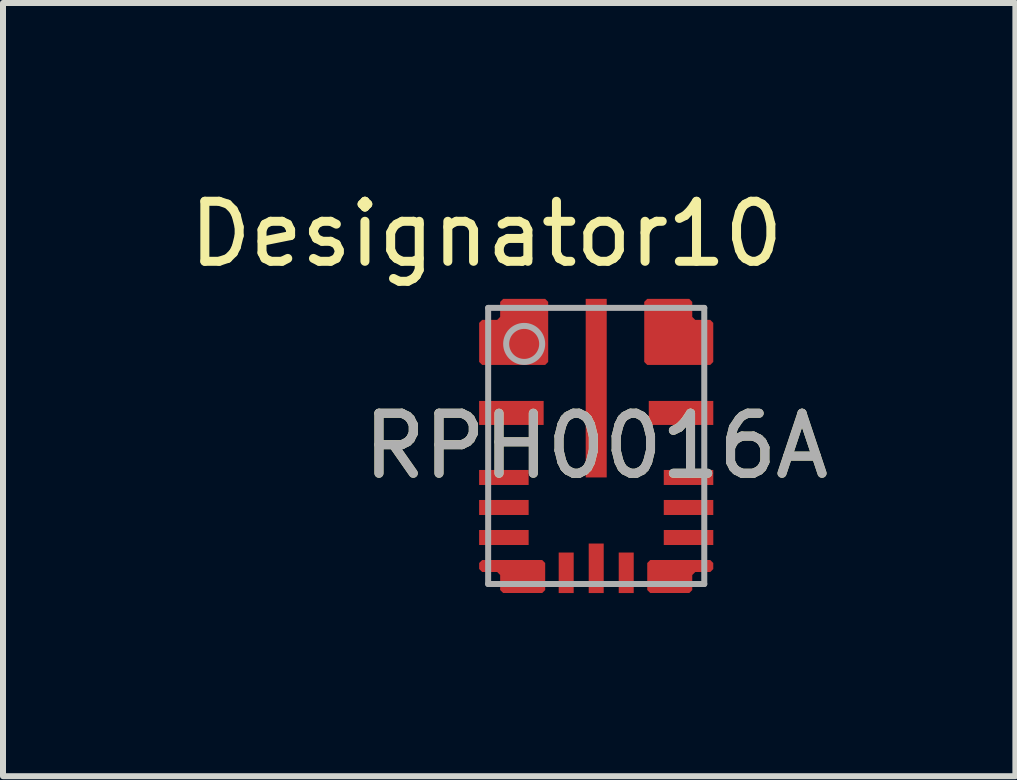
<source format=kicad_pcb>
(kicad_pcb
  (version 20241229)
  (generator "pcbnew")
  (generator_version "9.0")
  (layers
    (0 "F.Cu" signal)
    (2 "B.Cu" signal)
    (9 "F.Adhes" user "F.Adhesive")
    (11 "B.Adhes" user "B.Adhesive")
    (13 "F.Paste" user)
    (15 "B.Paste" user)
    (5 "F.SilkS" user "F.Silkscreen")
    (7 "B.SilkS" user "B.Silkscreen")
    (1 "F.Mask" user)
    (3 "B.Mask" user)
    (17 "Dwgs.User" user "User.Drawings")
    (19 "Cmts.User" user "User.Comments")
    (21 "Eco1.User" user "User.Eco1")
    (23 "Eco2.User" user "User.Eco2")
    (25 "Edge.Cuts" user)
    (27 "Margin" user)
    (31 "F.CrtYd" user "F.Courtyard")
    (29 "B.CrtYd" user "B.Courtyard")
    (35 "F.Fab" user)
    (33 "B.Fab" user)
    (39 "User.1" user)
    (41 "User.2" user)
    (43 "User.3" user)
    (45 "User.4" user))
  (footprint "RPH0016A"
    (layer "F.Cu")
    (at 6.882 4.379)
    (property "Reference" "RPH0016A" (at 0 0 0) (unlocked yes) (layer "F.SilkS") (effects (font (size 1 1) (thickness 0.15))))
    (attr smd)
    (fp_poly (pts (xy -1.95 -1.4) (xy -1.95 -2.05) (xy -1.9 -2.1) (xy -1.65 -2.1) (xy -1.6 -2.15) (xy -1.6 -2.4) (xy -1.55 -2.45) (xy -0.85 -2.45) (xy -0.8 -2.4) (xy -0.8 -1.4) (xy -0.85 -1.35) (xy -1.9 -1.35)) (stroke (width 0) (type solid)) (fill yes) (layer "F.Cu"))
    (fp_poly (pts (xy -1.95 2.05) (xy -1.9 2.1) (xy -1.65 2.1) (xy -1.6 2.15) (xy -1.6 2.4) (xy -1.55 2.45) (xy -0.9 2.45) (xy -0.85 2.4) (xy -0.85 1.95) (xy -0.9 1.9) (xy -1.9 1.9) (xy -1.95 1.95)) (stroke (width 0) (type solid)) (fill yes) (layer "F.Cu"))
    (fp_poly (pts (xy 1.95 -1.4) (xy 1.95 -2.05) (xy 1.9 -2.1) (xy 1.65 -2.1) (xy 1.6 -2.15) (xy 1.6 -2.4) (xy 1.55 -2.45) (xy 0.85 -2.45) (xy 0.8 -2.4) (xy 0.8 -1.4) (xy 0.85 -1.35) (xy 1.9 -1.35)) (stroke (width 0) (type solid)) (fill yes) (layer "F.Cu"))
    (fp_poly (pts (xy 1.95 2.05) (xy 1.9 2.1) (xy 1.65 2.1) (xy 1.6 2.15) (xy 1.6 2.4) (xy 1.55 2.45) (xy 0.9 2.45) (xy 0.85 2.4) (xy 0.85 1.95) (xy 0.9 1.9) (xy 1.9 1.9) (xy 1.95 1.95)) (stroke (width 0) (type solid)) (fill yes) (layer "F.Cu"))
    (fp_poly (pts (xy -2.001 2.05) (xy -2.001 1.95) (xy -2 1.94) (xy -1.997 1.931) (xy -1.992 1.922) (xy -1.986 1.914) (xy -1.936 1.864) (xy -1.928 1.858) (xy -1.919 1.853) (xy -1.91 1.85) (xy -1.9 1.849) (xy -0.9 1.849) (xy -0.89 1.85) (xy -0.881 1.853) (xy -0.872 1.858) (xy -0.864 1.864) (xy -0.814 1.914) (xy -0.808 1.922) (xy -0.803 1.931) (xy -0.8 1.94) (xy -0.799 1.95) (xy -0.799 2.4) (xy -0.8 2.41) (xy -0.803 2.419) (xy -0.808 2.428) (xy -0.814 2.436) (xy -0.864 2.486) (xy -0.872 2.492) (xy -0.881 2.497) (xy -0.89 2.5) (xy -0.9 2.501) (xy -1.55 2.501) (xy -1.56 2.5) (xy -1.569 2.497) (xy -1.578 2.492) (xy -1.586 2.486) (xy -1.636 2.436) (xy -1.642 2.428) (xy -1.647 2.419) (xy -1.65 2.41) (xy -1.651 2.4) (xy -1.651 2.171) (xy -1.671 2.151) (xy -1.9 2.151) (xy -1.91 2.15) (xy -1.919 2.147) (xy -1.928 2.142) (xy -1.936 2.136) (xy -1.986 2.086) (xy -1.992 2.078) (xy -1.997 2.069) (xy -2 2.06)) (stroke (width 0) (type solid)) (fill yes) (layer "F.Mask"))
    (fp_poly (pts (xy -1.986 -1.364) (xy -1.992 -1.372) (xy -1.997 -1.381) (xy -2 -1.39) (xy -2.001 -1.4) (xy -2.001 -2.05) (xy -2 -2.06) (xy -1.997 -2.069) (xy -1.992 -2.078) (xy -1.986 -2.086) (xy -1.936 -2.136) (xy -1.928 -2.142) (xy -1.919 -2.147) (xy -1.91 -2.15) (xy -1.9 -2.151) (xy -1.671 -2.151) (xy -1.651 -2.171) (xy -1.651 -2.4) (xy -1.65 -2.41) (xy -1.647 -2.419) (xy -1.642 -2.428) (xy -1.636 -2.436) (xy -1.586 -2.486) (xy -1.578 -2.492) (xy -1.569 -2.497) (xy -1.56 -2.5) (xy -1.55 -2.501) (xy -0.85 -2.501) (xy -0.84 -2.5) (xy -0.831 -2.497) (xy -0.822 -2.492) (xy -0.814 -2.486) (xy -0.764 -2.436) (xy -0.758 -2.428) (xy -0.753 -2.419) (xy -0.75 -2.41) (xy -0.749 -2.4) (xy -0.749 -1.4) (xy -0.75 -1.39) (xy -0.753 -1.381) (xy -0.758 -1.372) (xy -0.764 -1.364) (xy -0.814 -1.314) (xy -0.822 -1.308) (xy -0.831 -1.303) (xy -0.84 -1.3) (xy -0.85 -1.299) (xy -1.9 -1.299) (xy -1.91 -1.3) (xy -1.919 -1.303) (xy -1.928 -1.308) (xy -1.936 -1.314)) (stroke (width 0) (type solid)) (fill yes) (layer "F.Mask"))
    (fp_poly (pts (xy 1.986 -1.364) (xy 1.936 -1.314) (xy 1.928 -1.308) (xy 1.919 -1.303) (xy 1.91 -1.3) (xy 1.9 -1.299) (xy 0.85 -1.299) (xy 0.84 -1.3) (xy 0.831 -1.303) (xy 0.822 -1.308) (xy 0.814 -1.314) (xy 0.764 -1.364) (xy 0.758 -1.372) (xy 0.753 -1.381) (xy 0.75 -1.39) (xy 0.749 -1.4) (xy 0.749 -2.4) (xy 0.75 -2.41) (xy 0.753 -2.419) (xy 0.758 -2.428) (xy 0.764 -2.436) (xy 0.814 -2.486) (xy 0.822 -2.492) (xy 0.831 -2.497) (xy 0.84 -2.5) (xy 0.85 -2.501) (xy 1.55 -2.501) (xy 1.56 -2.5) (xy 1.569 -2.497) (xy 1.578 -2.492) (xy 1.586 -2.486) (xy 1.636 -2.436) (xy 1.642 -2.428) (xy 1.647 -2.419) (xy 1.65 -2.41) (xy 1.651 -2.4) (xy 1.651 -2.171) (xy 1.671 -2.151) (xy 1.9 -2.151) (xy 1.91 -2.15) (xy 1.919 -2.147) (xy 1.928 -2.142) (xy 1.936 -2.136) (xy 1.986 -2.086) (xy 1.992 -2.078) (xy 1.997 -2.069) (xy 2 -2.06) (xy 2.001 -2.05) (xy 2.001 -1.4) (xy 2 -1.39) (xy 1.997 -1.381) (xy 1.992 -1.372)) (stroke (width 0) (type solid)) (fill yes) (layer "F.Mask"))
    (fp_poly (pts (xy 2.001 2.05) (xy 2 2.06) (xy 1.997 2.069) (xy 1.992 2.078) (xy 1.986 2.086) (xy 1.936 2.136) (xy 1.928 2.142) (xy 1.919 2.147) (xy 1.91 2.15) (xy 1.9 2.151) (xy 1.671 2.151) (xy 1.651 2.171) (xy 1.651 2.4) (xy 1.65 2.41) (xy 1.647 2.419) (xy 1.642 2.428) (xy 1.636 2.436) (xy 1.586 2.486) (xy 1.578 2.492) (xy 1.569 2.497) (xy 1.56 2.5) (xy 1.55 2.501) (xy 0.9 2.501) (xy 0.89 2.5) (xy 0.881 2.497) (xy 0.872 2.492) (xy 0.864 2.486) (xy 0.814 2.436) (xy 0.808 2.428) (xy 0.803 2.419) (xy 0.8 2.41) (xy 0.799 2.4) (xy 0.799 1.95) (xy 0.8 1.94) (xy 0.803 1.931) (xy 0.808 1.922) (xy 0.814 1.914) (xy 0.864 1.864) (xy 0.872 1.858) (xy 0.881 1.853) (xy 0.89 1.85) (xy 0.9 1.849) (xy 1.9 1.849) (xy 1.91 1.85) (xy 1.919 1.853) (xy 1.928 1.858) (xy 1.936 1.864) (xy 1.986 1.914) (xy 1.992 1.922) (xy 1.997 1.931) (xy 2 1.94) (xy 2.001 1.95)) (stroke (width 0) (type solid)) (fill yes) (layer "F.Mask"))
    (fp_poly (pts (xy -0.85 2.35) (xy -0.9 2.4) (xy -1.52 2.4) (xy -1.57 2.35) (xy -1.57 2.15) (xy -1.62 2.1) (xy -1.9 2.1) (xy -1.95 2.05) (xy -1.95 1.95) (xy -1.9 1.9) (xy -0.9 1.9) (xy -0.85 1.95)) (stroke (width 0) (type solid)) (fill yes) (layer "F.Paste"))
    (fp_poly (pts (xy -0.8 -1.4) (xy -0.8 -2.34) (xy -0.85 -2.39) (xy -1.49 -2.39) (xy -1.54 -2.34) (xy -1.54 -2.09) (xy -1.59 -2.04) (xy -1.79 -2.04) (xy -1.84 -1.99) (xy -1.84 -1.4) (xy -1.79 -1.35) (xy -0.85 -1.35)) (stroke (width 0) (type solid)) (fill yes) (layer "F.Paste"))
    (fp_poly (pts (xy 0.8 -1.4) (xy 0.8 -2.34) (xy 0.85 -2.39) (xy 1.49 -2.39) (xy 1.54 -2.34) (xy 1.54 -2.09) (xy 1.59 -2.04) (xy 1.79 -2.04) (xy 1.84 -1.99) (xy 1.84 -1.4) (xy 1.79 -1.35) (xy 0.85 -1.35)) (stroke (width 0) (type solid)) (fill yes) (layer "F.Paste"))
    (fp_poly (pts (xy 0.85 2.35) (xy 0.9 2.4) (xy 1.52 2.4) (xy 1.57 2.35) (xy 1.57 2.15) (xy 1.62 2.1) (xy 1.9 2.1) (xy 1.95 2.05) (xy 1.95 1.95) (xy 1.9 1.9) (xy 0.9 1.9) (xy 0.85 1.95)) (stroke (width 0) (type solid)) (fill yes) (layer "F.Paste"))
    (fp_line (start -1.8 -2.3) (end 1.8 -2.3) (stroke (width 0.1) (type solid)) (layer "F.Fab"))
    (fp_line (start -1.8 2.3) (end -1.8 -2.3) (stroke (width 0.1) (type solid)) (layer "F.Fab"))
    (fp_line (start -1.8 2.3) (end 1.8 2.3) (stroke (width 0.1) (type solid)) (layer "F.Fab"))
    (fp_line (start 1.8 2.3) (end 1.8 -2.3) (stroke (width 0.1) (type solid)) (layer "F.Fab"))
    (fp_circle (center -1.2 -1.7) (end -0.9 -1.7) (stroke (width 0.1) (type solid)) (fill no) (layer "F.Fab"))
    (fp_text user "Designator10" (at -1.829 -3.531 0) (unlocked yes) (layer "F.SilkS") (effects (font (size 1 1) (thickness 0.15))))
    (fp_text user "${REFERENCE}" (at 0 0 0) (unlocked yes) (layer "F.Fab") (effects (font (size 1 1) (thickness 0.15))))
    (pad "1" smd rect (at -1.375 -1.9) (size 0.25 0.25) (layers "F.Cu" "F.Mask"))
    (pad "2" smd rect (at -1.413 -0.55) (size 1.075 0.4) (layers "F.Cu" "F.Mask" "F.Paste"))
    (pad "3" smd rect (at -1.538 0.525) (size 0.825 0.25) (layers "F.Cu" "F.Mask" "F.Paste"))
    (pad "4" smd rect (at -1.538 1.025) (size 0.825 0.25) (layers "F.Cu" "F.Mask" "F.Paste"))
    (pad "5" smd rect (at -1.538 1.525) (size 0.825 0.25) (layers "F.Cu" "F.Mask" "F.Paste"))
    (pad "6" smd rect (at -1.4 2.175) (size 0.25 0.25) (layers "F.Cu" "F.Mask"))
    (pad "7" smd rect (at -0.5 2.113 90) (size 0.675 0.25) (layers "F.Cu" "F.Mask" "F.Paste"))
    (pad "8" smd rect (at 0 2.038 90) (size 0.825 0.25) (layers "F.Cu" "F.Mask" "F.Paste"))
    (pad "9" smd rect (at 0.5 2.113 90) (size 0.675 0.25) (layers "F.Cu" "F.Mask" "F.Paste"))
    (pad "10" smd rect (at 1.4 2.175) (size 0.25 0.25) (layers "F.Cu" "F.Mask"))
    (pad "11" smd rect (at 1.538 1.525) (size 0.825 0.25) (layers "F.Cu" "F.Mask" "F.Paste"))
    (pad "12" smd rect (at 1.538 1.025) (size 0.825 0.25) (layers "F.Cu" "F.Mask" "F.Paste"))
    (pad "13" smd rect (at 1.538 0.525) (size 0.825 0.25) (layers "F.Cu" "F.Mask" "F.Paste"))
    (pad "14" smd rect (at 1.413 -0.55) (size 1.075 0.4) (layers "F.Cu" "F.Mask" "F.Paste"))
    (pad "15" smd rect (at 1.375 -1.9) (size 0.25 0.25) (layers "F.Cu" "F.Mask"))
    (pad "16" smd rect (at 0 -0.963 90) (size 2.975 0.35) (layers "F.Cu" "F.Mask" "F.Paste")))
  (gr_rect
    (start -3 -3)
    (end 13.865 9.88)
    (stroke (width 0.1) (type default))
    (fill no)
    (layer "Edge.Cuts")))
</source>
